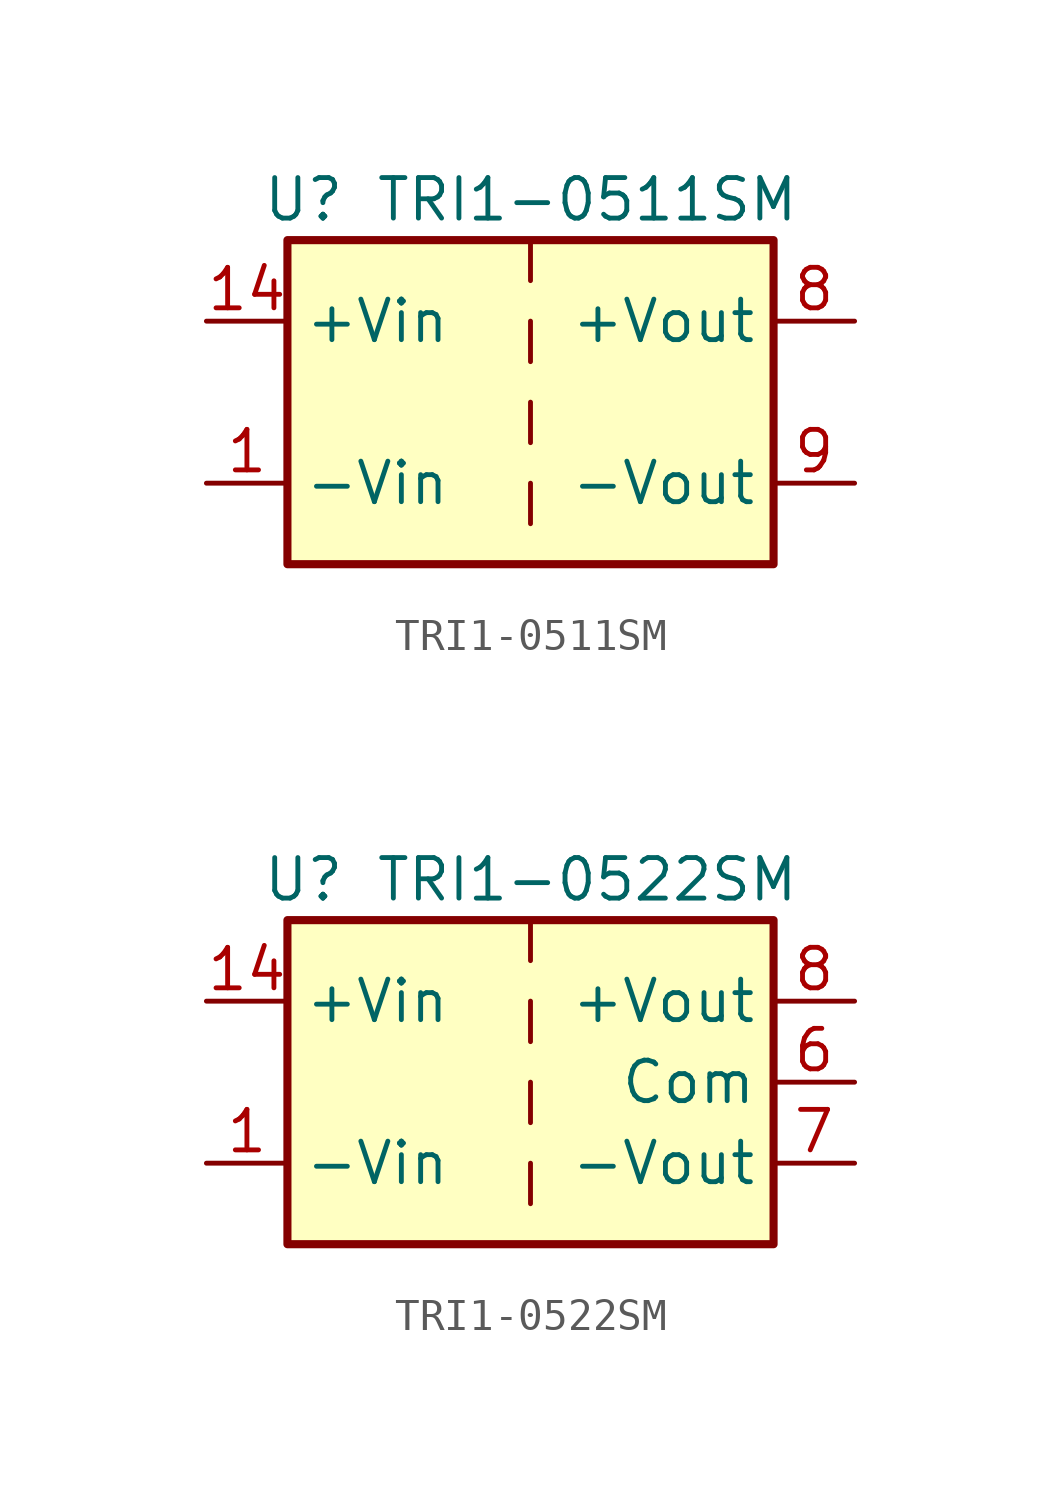
<source format=kicad_sym>
(kicad_symbol_lib
  (version 20241209)
  (generator "kicad_symbol_editor")
  (generator_version "9.0")
  (symbol "TRI1-0511SM"
    (property "Reference" "U"
      (at -7.112 6.35 0)
      (effects (font (size 1.27 1.27))))
    (property "Value" "TRI1-0511SM"
      (at 1.778 6.35 0)
      (effects (font (size 1.27 1.27))))
    (symbol "TRI1-0511SM_0_0"
      (pin power_in line (at -10.16 -2.54 0) (length 2.54) (name "-Vin" (effects (font (size 1.27 1.27)))) (number "1" (effects (font (size 1.27 1.27))))))
    (symbol "TRI1-0511SM_0_1"
      (rectangle (start -7.62 5.08) (end 7.62 -5.08) (stroke (width 0.254) (type default)) (fill (type background)))
      (polyline (pts (xy 0 5.08) (xy 0 3.81)) (stroke (width 0) (type default)) (fill (type none)))
      (polyline (pts (xy 0 2.54) (xy 0 1.27)) (stroke (width 0) (type default)) (fill (type none)))
      (polyline (pts (xy 0 0) (xy 0 -1.27)) (stroke (width 0) (type default)) (fill (type none)))
      (polyline (pts (xy 0 -2.54) (xy 0 -3.81)) (stroke (width 0) (type default)) (fill (type none))))
    (symbol "TRI1-0511SM_1_0"
      (pin power_in line (at -10.16 2.54 0) (length 2.54) (name "+Vin" (effects (font (size 1.27 1.27)))) (number "14" (effects (font (size 1.27 1.27)))))
      (pin no_connect line (at -1.27 -5.08 90) (length 2.54) (hide yes) (name "NC" (effects (font (size 1.27 1.27)))) (number "6" (effects (font (size 1.27 1.27)))))
      (pin no_connect line (at 1.27 -5.08 90) (length 2.54) (hide yes) (name "NC" (effects (font (size 1.27 1.27)))) (number "7" (effects (font (size 1.27 1.27)))))
      (pin power_out line (at 10.16 2.54 180) (length 2.54) (name "+Vout" (effects (font (size 1.27 1.27)))) (number "8" (effects (font (size 1.27 1.27)))))
      (pin power_out line (at 10.16 -2.54 180) (length 2.54) (name "-Vout" (effects (font (size 1.27 1.27)))) (number "9" (effects (font (size 1.27 1.27)))))))
  (symbol "TRI1-0522SM"
    (property "Reference" "U"
      (at -7.112 6.35 0)
      (effects (font (size 1.27 1.27))))
    (property "Value" "TRI1-0522SM"
      (at 1.778 6.35 0)
      (effects (font (size 1.27 1.27))))
    (symbol "TRI1-0522SM_0_1"
      (rectangle (start -7.62 5.08) (end 7.62 -5.08) (stroke (width 0.254) (type default)) (fill (type background)))
      (polyline (pts (xy 0 5.08) (xy 0 3.81)) (stroke (width 0) (type default)) (fill (type none)))
      (polyline (pts (xy 0 2.54) (xy 0 1.27)) (stroke (width 0) (type default)) (fill (type none)))
      (polyline (pts (xy 0 0) (xy 0 -1.27)) (stroke (width 0) (type default)) (fill (type none)))
      (polyline (pts (xy 0 -2.54) (xy 0 -3.81)) (stroke (width 0) (type default)) (fill (type none))))
    (symbol "TRI1-0522SM_1_1"
      (pin power_in line (at -10.16 2.54 0) (length 2.54) (name "+Vin" (effects (font (size 1.27 1.27)))) (number "14" (effects (font (size 1.27 1.27)))))
      (pin power_in line (at -10.16 -2.54 0) (length 2.54) (name "-Vin" (effects (font (size 1.27 1.27)))) (number "1" (effects (font (size 1.27 1.27)))))
      (pin power_out line (at 10.16 2.54 180) (length 2.54) (name "+Vout" (effects (font (size 1.27 1.27)))) (number "8" (effects (font (size 1.27 1.27)))))
      (pin power_out line (at 10.16 0 180) (length 2.54) (name "Com" (effects (font (size 1.27 1.27)))) (number "6" (effects (font (size 1.27 1.27)))))
      (pin power_out line (at 10.16 0 180) (length 2.54) (hide yes) (name "Com" (effects (font (size 1.27 1.27)))) (number "9" (effects (font (size 1.27 1.27)))))
      (pin power_out line (at 10.16 -2.54 180) (length 2.54) (name "-Vout" (effects (font (size 1.27 1.27)))) (number "7" (effects (font (size 1.27 1.27))))))))
</source>
